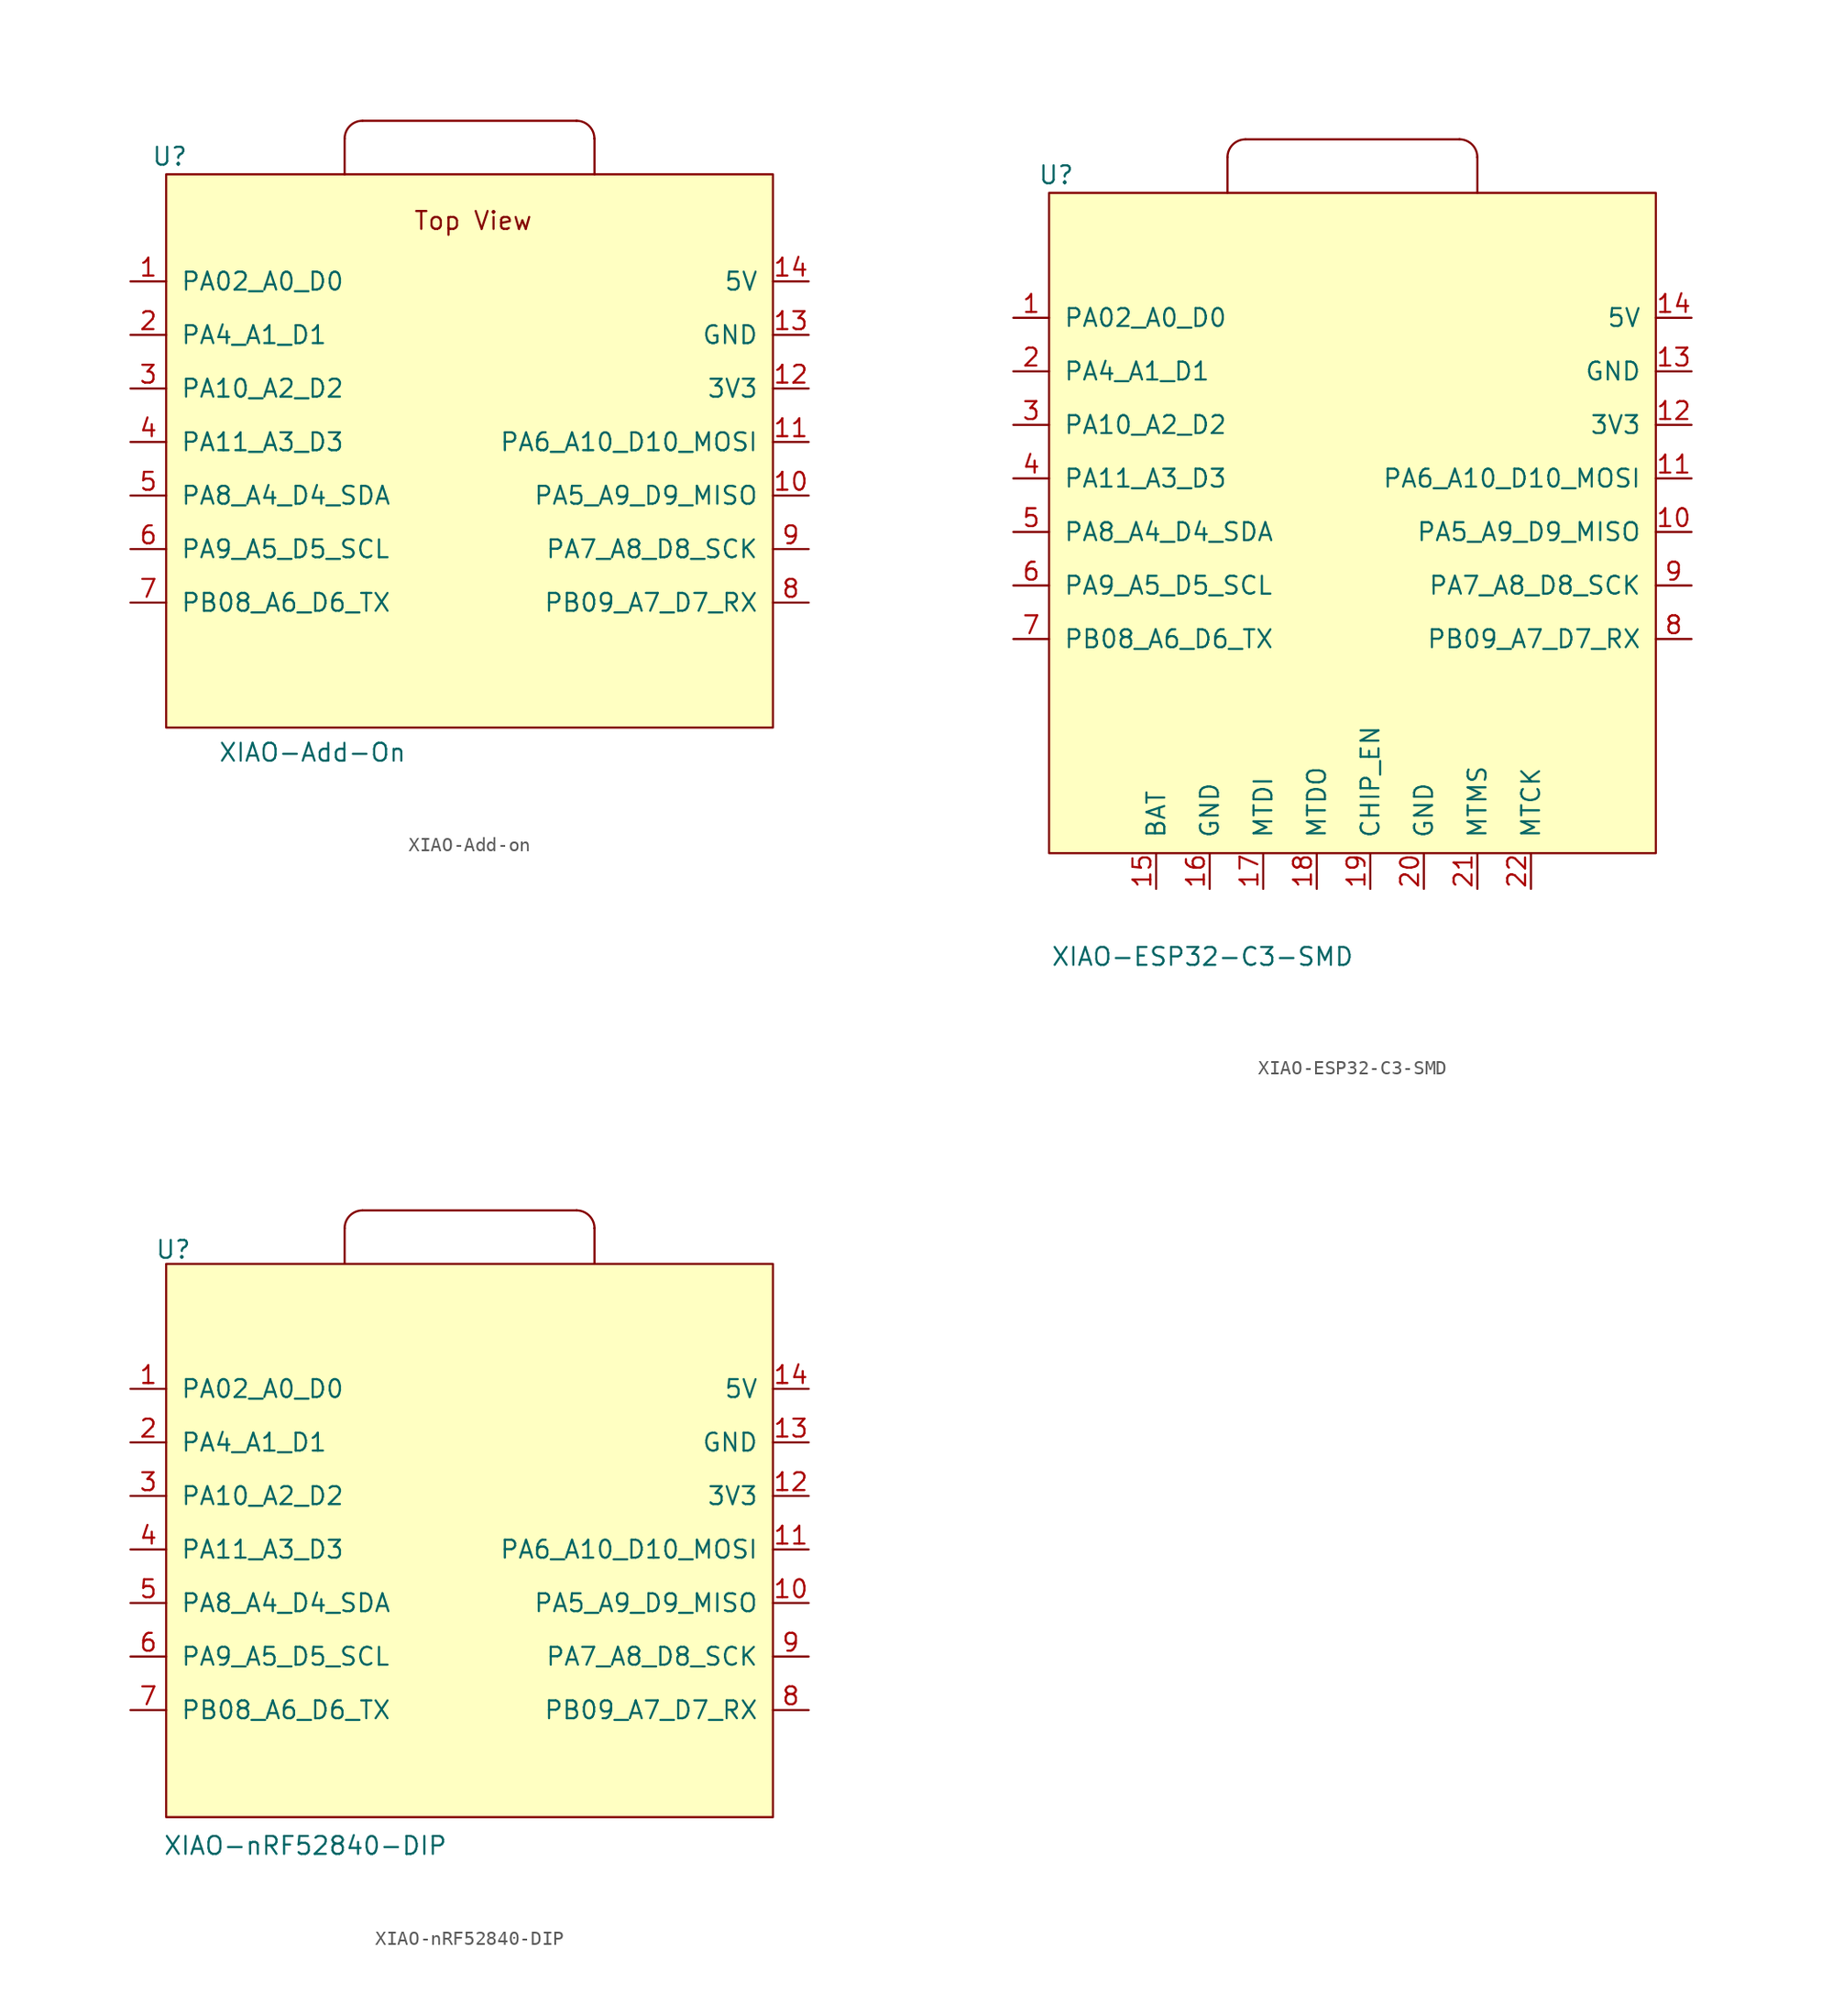
<source format=kicad_sym>
(kicad_symbol_lib
  (version 20231120)
  (generator "kicad_symbol_editor")
  (generator_version "8.0")
  (symbol "XIAO-Add-on"
    (pin_names
      (offset 1.016))
    (property "Reference" "U"
      (at -21.336 19.05 0)
      (effects (font (size 1.27 1.27))))
    (property "Value" "XIAO-Add-On"
      (at -11.176 -23.368 0)
      (effects (font (size 1.27 1.27))))
    (symbol "XIAO-Add-on_1_0"
      (pin passive line (at -24.13 10.16 0) (length 2.54) (name "PA02_A0_D0" (effects (font (size 1.27 1.27)))) (number "1" (effects (font (size 1.27 1.27)))))
      (pin passive line (at 24.13 -5.08 180) (length 2.54) (name "PA5_A9_D9_MISO" (effects (font (size 1.27 1.27)))) (number "10" (effects (font (size 1.27 1.27)))))
      (pin passive line (at 24.13 -1.27 180) (length 2.54) (name "PA6_A10_D10_MOSI" (effects (font (size 1.27 1.27)))) (number "11" (effects (font (size 1.27 1.27)))))
      (pin passive line (at 24.13 2.54 180) (length 2.54) (name "3V3" (effects (font (size 1.27 1.27)))) (number "12" (effects (font (size 1.27 1.27)))))
      (pin passive line (at 24.13 6.35 180) (length 2.54) (name "GND" (effects (font (size 1.27 1.27)))) (number "13" (effects (font (size 1.27 1.27)))))
      (pin passive line (at 24.13 10.16 180) (length 2.54) (name "5V" (effects (font (size 1.27 1.27)))) (number "14" (effects (font (size 1.27 1.27)))))
      (pin passive line (at -24.13 6.35 0) (length 2.54) (name "PA4_A1_D1" (effects (font (size 1.27 1.27)))) (number "2" (effects (font (size 1.27 1.27)))))
      (pin passive line (at -24.13 2.54 0) (length 2.54) (name "PA10_A2_D2" (effects (font (size 1.27 1.27)))) (number "3" (effects (font (size 1.27 1.27)))))
      (pin passive line (at -24.13 -1.27 0) (length 2.54) (name "PA11_A3_D3" (effects (font (size 1.27 1.27)))) (number "4" (effects (font (size 1.27 1.27)))))
      (pin passive line (at -24.13 -5.08 0) (length 2.54) (name "PA8_A4_D4_SDA" (effects (font (size 1.27 1.27)))) (number "5" (effects (font (size 1.27 1.27)))))
      (pin passive line (at -24.13 -8.89 0) (length 2.54) (name "PA9_A5_D5_SCL" (effects (font (size 1.27 1.27)))) (number "6" (effects (font (size 1.27 1.27)))))
      (pin passive line (at -24.13 -12.7 0) (length 2.54) (name "PB08_A6_D6_TX" (effects (font (size 1.27 1.27)))) (number "7" (effects (font (size 1.27 1.27)))))
      (pin passive line (at 24.13 -12.7 180) (length 2.54) (name "PB09_A7_D7_RX" (effects (font (size 1.27 1.27)))) (number "8" (effects (font (size 1.27 1.27)))))
      (pin passive line (at 24.13 -8.89 180) (length 2.54) (name "PA7_A8_D8_SCK" (effects (font (size 1.27 1.27)))) (number "9" (effects (font (size 1.27 1.27))))))
    (symbol "XIAO-Add-on_1_1"
      (rectangle (start -21.59 17.78) (end 21.59 -21.59) (stroke (width 0) (type default)) (fill (type background)))
      (arc (start -7.62 21.59) (mid -8.518 21.218) (end -8.89 20.32) (stroke (width 0) (type default)) (fill (type none)))
      (polyline (pts (xy -8.89 20.32) (xy -8.89 17.78)) (stroke (width 0) (type default)) (fill (type none)))
      (polyline (pts (xy -7.62 21.59) (xy 7.62 21.59)) (stroke (width 0) (type default)) (fill (type none)))
      (polyline (pts (xy 8.89 20.32) (xy 8.89 17.78)) (stroke (width 0) (type default)) (fill (type none)))
      (arc (start 7.62 21.59) (mid 7.62 21.59) (end 7.62 21.59) (stroke (width 0) (type default)) (fill (type none)))
      (arc (start 8.89 20.32) (mid 8.518 21.218) (end 7.62 21.59) (stroke (width 0) (type default)) (fill (type none)))
      (arc (start 8.89 20.32) (mid 8.89 20.32) (end 8.89 20.32) (stroke (width 0) (type default)) (fill (type none)))
      (text "Top View" (at 0.254 14.478 0) (effects (font (size 1.27 1.27))))))
  (symbol "XIAO-ESP32-C3-SMD"
    (pin_names
      (offset 1.016))
    (property "Reference" "U"
      (at -21.082 21.59 0)
      (effects (font (size 1.27 1.27))))
    (property "Value" "XIAO-ESP32-C3-SMD"
      (at -10.668 -34.036 0)
      (effects (font (size 1.27 1.27))))
    (symbol "XIAO-ESP32-C3-SMD_1_1"
      (rectangle (start -21.59 20.32) (end 21.59 -26.67) (stroke (width 0) (type default)) (fill (type background)))
      (arc (start -7.62 24.13) (mid -8.518 23.758) (end -8.89 22.86) (stroke (width 0) (type default)) (fill (type none)))
      (polyline (pts (xy -8.89 22.86) (xy -8.89 20.32)) (stroke (width 0) (type default)) (fill (type none)))
      (polyline (pts (xy -7.62 24.13) (xy 7.62 24.13)) (stroke (width 0) (type default)) (fill (type none)))
      (polyline (pts (xy 8.89 22.86) (xy 8.89 20.32)) (stroke (width 0) (type default)) (fill (type none)))
      (arc (start 7.62 24.13) (mid 7.62 24.13) (end 7.62 24.13) (stroke (width 0) (type default)) (fill (type none)))
      (arc (start 8.89 22.86) (mid 8.518 23.758) (end 7.62 24.13) (stroke (width 0) (type default)) (fill (type none)))
      (arc (start 8.89 22.86) (mid 8.89 22.86) (end 8.89 22.86) (stroke (width 0) (type default)) (fill (type none)))
      (pin passive line (at -24.13 11.43 0) (length 2.54) (name "PA02_A0_D0" (effects (font (size 1.27 1.27)))) (number "1" (effects (font (size 1.27 1.27)))))
      (pin passive line (at 24.13 -3.81 180) (length 2.54) (name "PA5_A9_D9_MISO" (effects (font (size 1.27 1.27)))) (number "10" (effects (font (size 1.27 1.27)))))
      (pin passive line (at 24.13 0 180) (length 2.54) (name "PA6_A10_D10_MOSI" (effects (font (size 1.27 1.27)))) (number "11" (effects (font (size 1.27 1.27)))))
      (pin passive line (at 24.13 3.81 180) (length 2.54) (name "3V3" (effects (font (size 1.27 1.27)))) (number "12" (effects (font (size 1.27 1.27)))))
      (pin passive line (at 24.13 7.62 180) (length 2.54) (name "GND" (effects (font (size 1.27 1.27)))) (number "13" (effects (font (size 1.27 1.27)))))
      (pin passive line (at 24.13 11.43 180) (length 2.54) (name "5V" (effects (font (size 1.27 1.27)))) (number "14" (effects (font (size 1.27 1.27)))))
      (pin passive line (at -13.97 -29.21 90) (length 2.54) (name "BAT" (effects (font (size 1.27 1.27)))) (number "15" (effects (font (size 1.27 1.27)))))
      (pin passive line (at -10.16 -29.21 90) (length 2.54) (name "GND" (effects (font (size 1.27 1.27)))) (number "16" (effects (font (size 1.27 1.27)))))
      (pin passive line (at -6.35 -29.21 90) (length 2.54) (name "MTDI" (effects (font (size 1.27 1.27)))) (number "17" (effects (font (size 1.27 1.27)))))
      (pin passive line (at -2.54 -29.21 90) (length 2.54) (name "MTDO" (effects (font (size 1.27 1.27)))) (number "18" (effects (font (size 1.27 1.27)))))
      (pin passive line (at 1.27 -29.21 90) (length 2.54) (name "CHIP_EN" (effects (font (size 1.27 1.27)))) (number "19" (effects (font (size 1.27 1.27)))))
      (pin passive line (at -24.13 7.62 0) (length 2.54) (name "PA4_A1_D1" (effects (font (size 1.27 1.27)))) (number "2" (effects (font (size 1.27 1.27)))))
      (pin passive line (at 5.08 -29.21 90) (length 2.54) (name "GND" (effects (font (size 1.27 1.27)))) (number "20" (effects (font (size 1.27 1.27)))))
      (pin passive line (at 8.89 -29.21 90) (length 2.54) (name "MTMS" (effects (font (size 1.27 1.27)))) (number "21" (effects (font (size 1.27 1.27)))))
      (pin passive line (at 12.7 -29.21 90) (length 2.54) (name "MTCK" (effects (font (size 1.27 1.27)))) (number "22" (effects (font (size 1.27 1.27)))))
      (pin passive line (at -24.13 3.81 0) (length 2.54) (name "PA10_A2_D2" (effects (font (size 1.27 1.27)))) (number "3" (effects (font (size 1.27 1.27)))))
      (pin passive line (at -24.13 0 0) (length 2.54) (name "PA11_A3_D3" (effects (font (size 1.27 1.27)))) (number "4" (effects (font (size 1.27 1.27)))))
      (pin passive line (at -24.13 -3.81 0) (length 2.54) (name "PA8_A4_D4_SDA" (effects (font (size 1.27 1.27)))) (number "5" (effects (font (size 1.27 1.27)))))
      (pin passive line (at -24.13 -7.62 0) (length 2.54) (name "PA9_A5_D5_SCL" (effects (font (size 1.27 1.27)))) (number "6" (effects (font (size 1.27 1.27)))))
      (pin passive line (at -24.13 -11.43 0) (length 2.54) (name "PB08_A6_D6_TX" (effects (font (size 1.27 1.27)))) (number "7" (effects (font (size 1.27 1.27)))))
      (pin passive line (at 24.13 -11.43 180) (length 2.54) (name "PB09_A7_D7_RX" (effects (font (size 1.27 1.27)))) (number "8" (effects (font (size 1.27 1.27)))))
      (pin passive line (at 24.13 -7.62 180) (length 2.54) (name "PA7_A8_D8_SCK" (effects (font (size 1.27 1.27)))) (number "9" (effects (font (size 1.27 1.27)))))))
  (symbol "XIAO-nRF52840-DIP"
    (pin_names
      (offset 1.016))
    (property "Reference" "U"
      (at -21.082 21.336 0)
      (effects (font (size 1.27 1.27))))
    (property "Value" "XIAO-nRF52840-DIP"
      (at -11.684 -21.082 0)
      (effects (font (size 1.27 1.27))))
    (symbol "XIAO-nRF52840-DIP_1_1"
      (rectangle (start -21.59 20.32) (end 21.59 -19.05) (stroke (width 0) (type default)) (fill (type background)))
      (arc (start -7.62 24.13) (mid -8.518 23.758) (end -8.89 22.86) (stroke (width 0) (type default)) (fill (type none)))
      (polyline (pts (xy -8.89 22.86) (xy -8.89 20.32)) (stroke (width 0) (type default)) (fill (type none)))
      (polyline (pts (xy -7.62 24.13) (xy 7.62 24.13)) (stroke (width 0) (type default)) (fill (type none)))
      (polyline (pts (xy 8.89 22.86) (xy 8.89 20.32)) (stroke (width 0) (type default)) (fill (type none)))
      (arc (start 7.62 24.13) (mid 7.62 24.13) (end 7.62 24.13) (stroke (width 0) (type default)) (fill (type none)))
      (arc (start 8.89 22.86) (mid 8.518 23.758) (end 7.62 24.13) (stroke (width 0) (type default)) (fill (type none)))
      (arc (start 8.89 22.86) (mid 8.89 22.86) (end 8.89 22.86) (stroke (width 0) (type default)) (fill (type none)))
      (pin passive line (at -24.13 11.43 0) (length 2.54) (name "PA02_A0_D0" (effects (font (size 1.27 1.27)))) (number "1" (effects (font (size 1.27 1.27)))))
      (pin passive line (at 24.13 -3.81 180) (length 2.54) (name "PA5_A9_D9_MISO" (effects (font (size 1.27 1.27)))) (number "10" (effects (font (size 1.27 1.27)))))
      (pin passive line (at 24.13 0 180) (length 2.54) (name "PA6_A10_D10_MOSI" (effects (font (size 1.27 1.27)))) (number "11" (effects (font (size 1.27 1.27)))))
      (pin passive line (at 24.13 3.81 180) (length 2.54) (name "3V3" (effects (font (size 1.27 1.27)))) (number "12" (effects (font (size 1.27 1.27)))))
      (pin passive line (at 24.13 7.62 180) (length 2.54) (name "GND" (effects (font (size 1.27 1.27)))) (number "13" (effects (font (size 1.27 1.27)))))
      (pin passive line (at 24.13 11.43 180) (length 2.54) (name "5V" (effects (font (size 1.27 1.27)))) (number "14" (effects (font (size 1.27 1.27)))))
      (pin passive line (at -24.13 7.62 0) (length 2.54) (name "PA4_A1_D1" (effects (font (size 1.27 1.27)))) (number "2" (effects (font (size 1.27 1.27)))))
      (pin passive line (at -24.13 3.81 0) (length 2.54) (name "PA10_A2_D2" (effects (font (size 1.27 1.27)))) (number "3" (effects (font (size 1.27 1.27)))))
      (pin passive line (at -24.13 0 0) (length 2.54) (name "PA11_A3_D3" (effects (font (size 1.27 1.27)))) (number "4" (effects (font (size 1.27 1.27)))))
      (pin passive line (at -24.13 -3.81 0) (length 2.54) (name "PA8_A4_D4_SDA" (effects (font (size 1.27 1.27)))) (number "5" (effects (font (size 1.27 1.27)))))
      (pin passive line (at -24.13 -7.62 0) (length 2.54) (name "PA9_A5_D5_SCL" (effects (font (size 1.27 1.27)))) (number "6" (effects (font (size 1.27 1.27)))))
      (pin passive line (at -24.13 -11.43 0) (length 2.54) (name "PB08_A6_D6_TX" (effects (font (size 1.27 1.27)))) (number "7" (effects (font (size 1.27 1.27)))))
      (pin passive line (at 24.13 -11.43 180) (length 2.54) (name "PB09_A7_D7_RX" (effects (font (size 1.27 1.27)))) (number "8" (effects (font (size 1.27 1.27)))))
      (pin passive line (at 24.13 -7.62 180) (length 2.54) (name "PA7_A8_D8_SCK" (effects (font (size 1.27 1.27)))) (number "9" (effects (font (size 1.27 1.27))))))))
</source>
